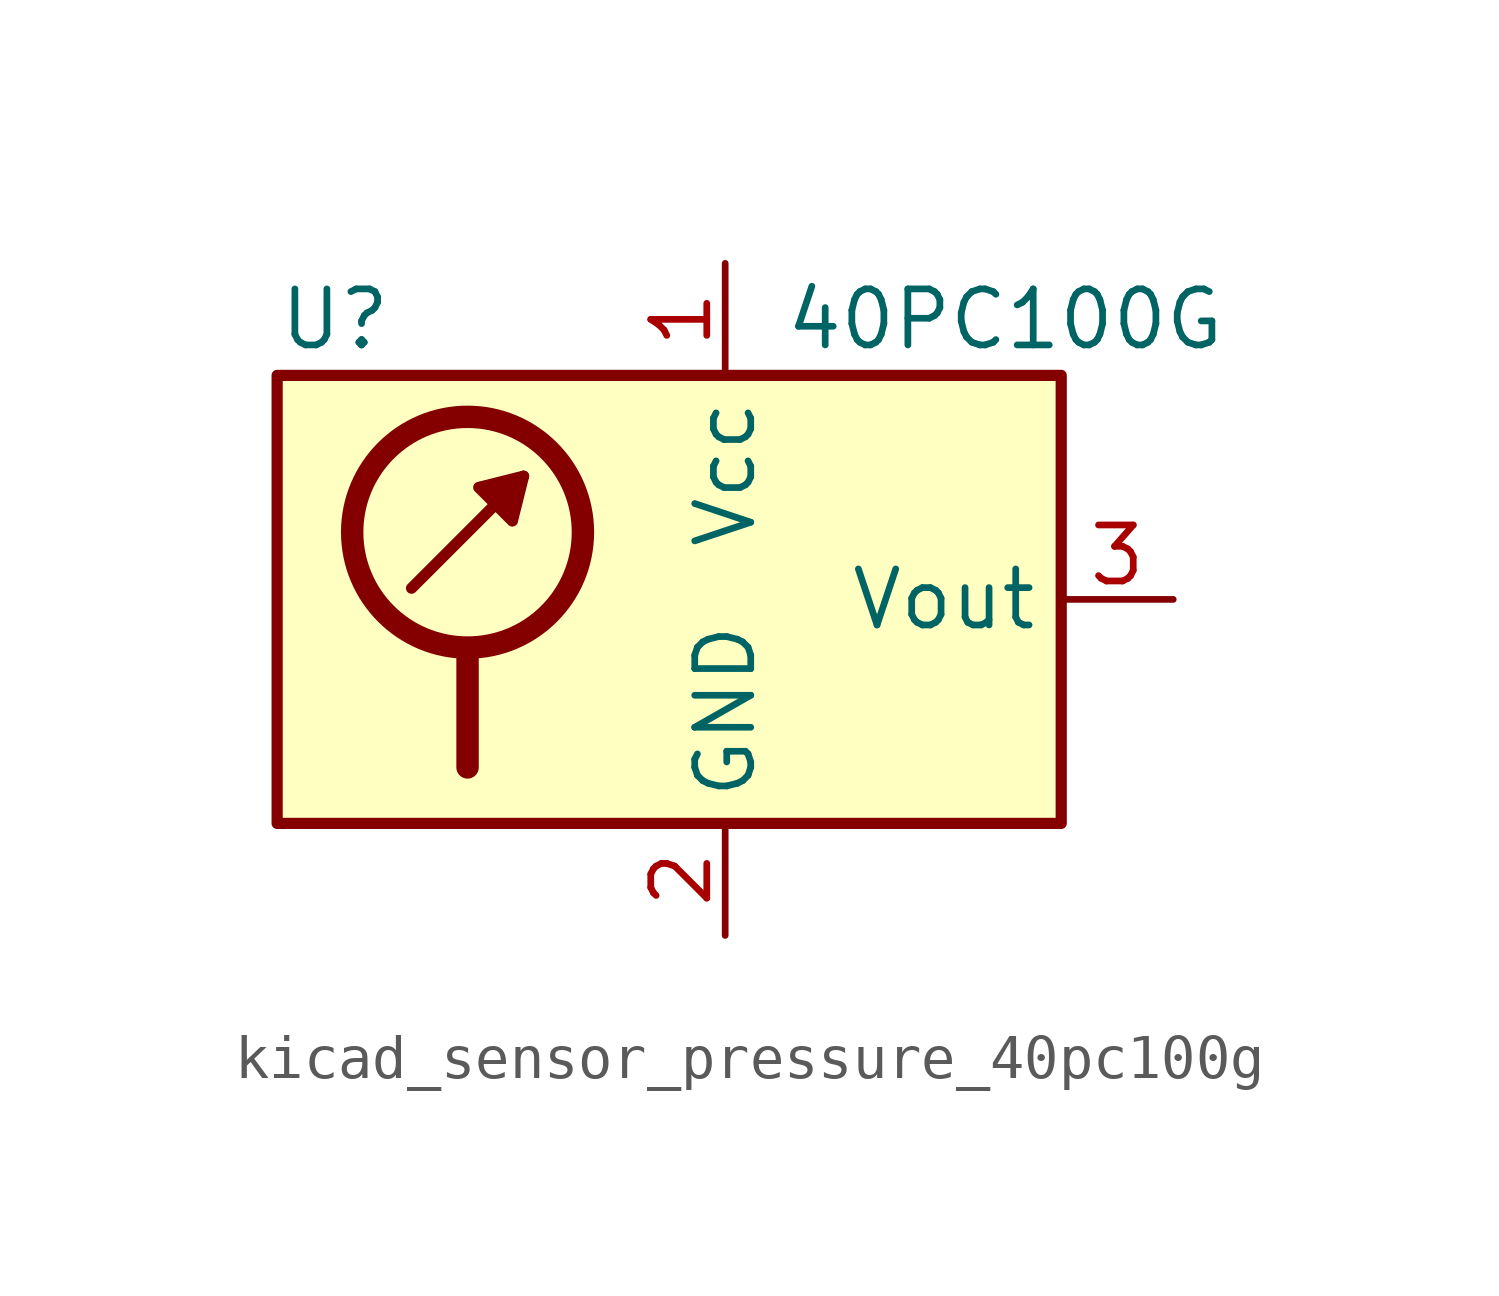
<source format=kicad_sym>
(kicad_symbol_lib
  (version 20220914)
  (generator kicad_symbol_editor)
  (symbol "kicad_sensor_pressure_40pc100g"
    (property "Reference" "U"
      (at -10.16 6.35 0)
      (effects (font (size 1.27 1.27)) (justify left)))
    (property "Value" "40PC100G"
      (at 6.35 6.35 0)
      (effects (font (size 1.27 1.27))))
    (symbol "kicad_sensor_pressure_40pc100g_0_1"
      (circle (center -5.842 1.524) (radius 2.616) (stroke (width 0.508) (type default)) (fill (type none)))
      (polyline (pts (xy -7.112 0.254) (xy -4.572 2.794)) (stroke (width 0.254) (type default)) (fill (type none)))
      (polyline (pts (xy -5.842 -1.27) (xy -5.842 -3.81)) (stroke (width 0.508) (type default)) (fill (type none)))
      (polyline (pts (xy -4.572 2.794) (xy -4.826 1.778) (xy -5.588 2.54) (xy -4.572 2.794)) (stroke (width 0.254) (type default)) (fill (type outline)))
      (rectangle (start 7.62 5.08) (end -10.16 -5.08) (stroke (width 0.254) (type default)) (fill (type background))))
    (symbol "kicad_sensor_pressure_40pc100g_1_1"
      (pin power_in line (at 0 7.62 270) (length 2.54) (name "Vcc" (effects (font (size 1.27 1.27)))) (number "1" (effects (font (size 1.27 1.27)))))
      (pin power_in line (at 0 -7.62 90) (length 2.54) (name "GND" (effects (font (size 1.27 1.27)))) (number "2" (effects (font (size 1.27 1.27)))))
      (pin output line (at 10.16 0 180) (length 2.54) (name "Vout" (effects (font (size 1.27 1.27)))) (number "3" (effects (font (size 1.27 1.27)))))
      (pin no_connect line (at -7.62 -5.08 90) (length 2.54) hide (name "NC" (effects (font (size 1.27 1.27)))) (number "4" (effects (font (size 1.27 1.27)))))
      (pin no_connect line (at -5.08 -5.08 90) (length 2.54) hide (name "NC" (effects (font (size 1.27 1.27)))) (number "5" (effects (font (size 1.27 1.27)))))
      (pin no_connect line (at -2.54 -5.08 90) (length 2.54) hide (name "NC" (effects (font (size 1.27 1.27)))) (number "6" (effects (font (size 1.27 1.27))))))))
</source>
